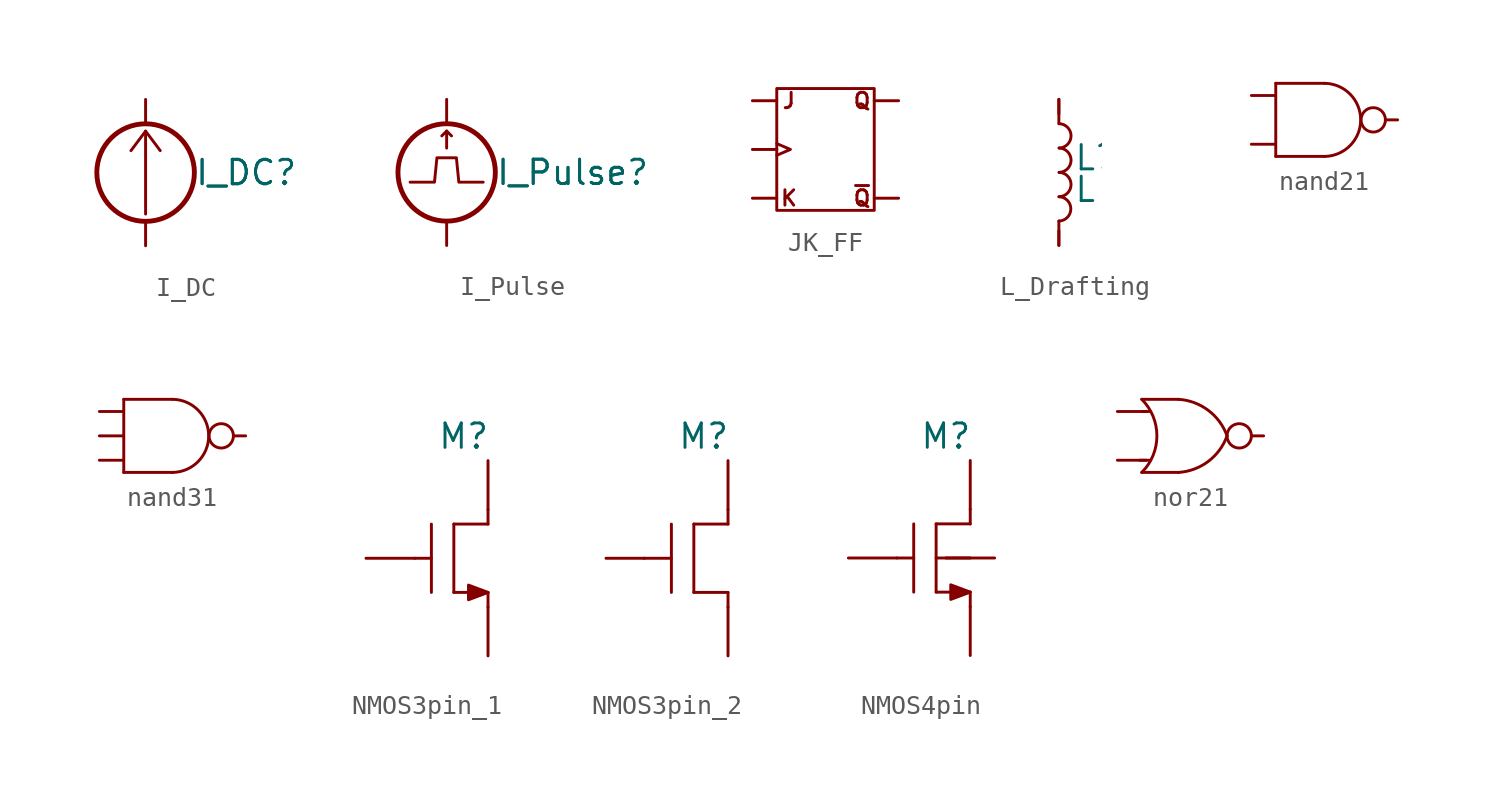
<source format=kicad_sym>
(kicad_symbol_lib
  (version 20220914)
  (generator kicad_symbol_editor)
  (symbol "I_DC"
    (pin_numbers hide)
    (pin_names hide)
    (property "Reference" "I_DC"
      (at 2.54 0 0)
      (effects (font (size 1.27 1.27)) (justify left)))
    (property "Value" "I_DC"
      (at 2.54 0 0)
      (effects (font (size 1.27 1.27)) (justify left)))
    (symbol "I_DC_0_1"
      (polyline (pts (xy 0 2.159) (xy 0 -2.159)) (stroke (width 0) (type default)) (fill (type none)))
      (polyline (pts (xy 0.762 1.143) (xy 0 2.159) (xy -0.762 1.143)) (stroke (width 0) (type default)) (fill (type none))))
    (symbol "I_DC_1_1"
      (circle (center 0 0) (radius 2.54) (stroke (width 0.254) (type default)) (fill (type none)))
      (pin passive line (at 0 3.81 270) (length 1.27) (name "~" (effects (font (size 1.27 1.27)))) (number "1" (effects (font (size 1.27 1.27)))))
      (pin passive line (at 0 -3.81 90) (length 1.27) (name "~" (effects (font (size 1.27 1.27)))) (number "2" (effects (font (size 1.27 1.27)))))))
  (symbol "I_Pulse"
    (pin_numbers hide)
    (pin_names hide)
    (property "Reference" "I_Pulse"
      (at 2.54 0 0)
      (effects (font (size 1.27 1.27)) (justify left)))
    (property "Value" "I_Pulse"
      (at 2.54 0 0)
      (effects (font (size 1.27 1.27)) (justify left)))
    (symbol "I_Pulse_0_1"
      (polyline (pts (xy 0 2.159) (xy 0.254 1.905)) (stroke (width 0) (type default)) (fill (type none)))
      (polyline (pts (xy 0 1.27) (xy 0 2.159) (xy -0.254 1.905)) (stroke (width 0) (type default)) (fill (type none)))
      (polyline (pts (xy -1.905 -0.508) (xy -0.635 -0.508) (xy -0.508 0.762) (xy 0.508 0.762) (xy 0.635 -0.508) (xy 1.905 -0.508)) (stroke (width 0) (type default)) (fill (type none))))
    (symbol "I_Pulse_1_1"
      (circle (center 0 0) (radius 2.54) (stroke (width 0.254) (type default)) (fill (type none)))
      (pin passive line (at 0 3.81 270) (length 1.27) (name "~" (effects (font (size 1.27 1.27)))) (number "1" (effects (font (size 1.27 1.27)))))
      (pin passive line (at 0 -3.81 90) (length 1.27) (name "~" (effects (font (size 1.27 1.27)))) (number "2" (effects (font (size 1.27 1.27)))))))
  (symbol "JK_FF"
    (pin_numbers hide)
    (pin_names
      (offset 0) hide)
    (property "Reference" "U"
      (at 0 5.08 0)
      (effects (font (size 1.27 1.27)) hide))
    (symbol "JK_FF_0_0"
      (polyline (pts (xy -2.54 0.305) (xy -1.829 0) (xy -2.54 -0.305)) (stroke (width 0) (type default)) (fill (type none)))
      (text "J" (at -1.905 2.54 0) (effects (font (size 0.8 0.8))))
      (text "K" (at -1.905 -2.54 0) (effects (font (size 0.8 0.8))))
      (text "Q" (at 1.905 2.54 0) (effects (font (size 0.8 0.8))))
      (text "~{Q}" (at 1.905 -2.54 0) (effects (font (size 0.8 0.8)))))
    (symbol "JK_FF_0_1"
      (rectangle (start -2.54 3.175) (end 2.54 -3.175) (stroke (width 0) (type default)) (fill (type none))))
    (symbol "JK_FF_1_1"
      (pin passive line (at -3.81 0 0) (length 1.27) (name "CLK" (effects (font (size 1.27 1.27)))) (number "1" (effects (font (size 1.27 1.27)))))
      (pin passive line (at -3.81 2.54 0) (length 1.27) (name "J" (effects (font (size 1.27 1.27)))) (number "1" (effects (font (size 1.27 1.27)))))
      (pin passive line (at -3.81 -2.54 0) (length 1.27) (name "K" (effects (font (size 1.27 1.27)))) (number "1" (effects (font (size 1.27 1.27)))))
      (pin passive line (at 3.81 2.54 180) (length 1.27) (name "Q" (effects (font (size 1.27 1.27)))) (number "1" (effects (font (size 1.27 1.27)))))
      (pin passive line (at 3.81 -2.54 180) (length 1.27) (name "~Q" (effects (font (size 1.27 1.27)))) (number "1" (effects (font (size 1.27 1.27)))))))
  (symbol "L_Drafting"
    (pin_numbers hide)
    (pin_names
      (offset 0.254) hide)
    (property "Reference" "L"
      (at 0.762 0.762 0)
      (effects (font (size 1.27 1.27)) (justify left)))
    (property "Value" "L"
      (at 0.762 -0.889 0)
      (effects (font (size 1.27 1.27)) (justify left)))
    (symbol "L_Drafting_0_1"
      (arc (start 0 -2.54) (mid 0.6238 -1.905) (end 0 -1.27) (stroke (width 0) (type default)) (fill (type none)))
      (polyline (pts (xy 0 -2.54) (xy 0 -3.81)) (stroke (width 0) (type default)) (fill (type none)))
      (polyline (pts (xy 0 2.54) (xy 0 3.81)) (stroke (width 0) (type default)) (fill (type none)))
      (arc (start 0.0113 -1.27) (mid 0.6351 -0.635) (end 0.0113 0) (stroke (width 0) (type default)) (fill (type none)))
      (arc (start 0.0113 0) (mid 0.6351 0.635) (end 0.0113 1.27) (stroke (width 0) (type default)) (fill (type none)))
      (arc (start 0.0113 1.27) (mid 0.6351 1.905) (end 0.0113 2.54) (stroke (width 0) (type default)) (fill (type none))))
    (symbol "L_Drafting_1_1"
      (pin passive line (at 0 3.81 270) (length 0.762) (name "~" (effects (font (size 1.27 1.27)))) (number "1" (effects (font (size 1.27 1.27)))))
      (pin passive line (at 0 -3.81 90) (length 0.762) (name "~" (effects (font (size 1.27 1.27)))) (number "2" (effects (font (size 1.27 1.27)))))))
  (symbol "nand21"
    (pin_numbers hide)
    (pin_names
      (offset 0) hide)
    (property "Reference" "U"
      (at 0 3.81 0)
      (effects (font (size 1.27 1.27)) hide))
    (symbol "nand21_0_1"
      (arc (start 0 -1.905) (mid 1.8857 0) (end 0 1.905) (stroke (width 0) (type default)) (fill (type none)))
      (polyline (pts (xy -2.54 -1.905) (xy 0 -1.905)) (stroke (width 0) (type default)) (fill (type none)))
      (polyline (pts (xy -2.54 1.905) (xy -2.54 -1.905)) (stroke (width 0) (type default)) (fill (type none)))
      (polyline (pts (xy -2.54 1.905) (xy 0 1.905)) (stroke (width 0) (type default)) (fill (type none)))
      (circle (center 2.54 0) (radius 0.635) (stroke (width 0) (type default)) (fill (type none))))
    (symbol "nand21_1_1"
      (pin passive line (at -3.81 1.27 0) (length 1.25) (name "A" (effects (font (size 1.27 1.27)))) (number "1" (effects (font (size 1.27 1.27)))))
      (pin passive line (at -3.81 -1.27 0) (length 1.25) (name "B" (effects (font (size 1.27 1.27)))) (number "1" (effects (font (size 1.27 1.27)))))
      (pin passive line (at 3.81 0 180) (length 0.63) (name "Y" (effects (font (size 1.27 1.27)))) (number "1" (effects (font (size 1.27 1.27)))))))
  (symbol "nand31"
    (pin_numbers hide)
    (pin_names
      (offset 0) hide)
    (property "Reference" "U"
      (at 0 3.81 0)
      (effects (font (size 1.27 1.27)) hide))
    (symbol "nand31_0_1"
      (arc (start 0 -1.905) (mid 1.8857 0) (end 0 1.905) (stroke (width 0) (type default)) (fill (type none)))
      (polyline (pts (xy -2.54 -1.905) (xy 0 -1.905)) (stroke (width 0) (type default)) (fill (type none)))
      (polyline (pts (xy -2.54 1.905) (xy -2.54 -1.905)) (stroke (width 0) (type default)) (fill (type none)))
      (polyline (pts (xy -2.54 1.905) (xy 0 1.905)) (stroke (width 0) (type default)) (fill (type none)))
      (circle (center 2.54 0) (radius 0.635) (stroke (width 0) (type default)) (fill (type none))))
    (symbol "nand31_1_1"
      (pin passive line (at -3.81 1.27 0) (length 1.25) (name "A" (effects (font (size 1.27 1.27)))) (number "1" (effects (font (size 1.27 1.27)))))
      (pin passive line (at -3.81 0 0) (length 1.25) (name "B" (effects (font (size 1.27 1.27)))) (number "1" (effects (font (size 1.27 1.27)))))
      (pin passive line (at -3.81 -1.27 0) (length 1.25) (name "C" (effects (font (size 1.27 1.27)))) (number "1" (effects (font (size 1.27 1.27)))))
      (pin passive line (at 3.81 0 180) (length 0.63) (name "Y" (effects (font (size 1.27 1.27)))) (number "1" (effects (font (size 1.27 1.27)))))))
  (symbol "NMOS3pin_1"
    (pin_numbers hide)
    (pin_names
      (offset 0) hide)
    (property "Reference" "M"
      (at -1.27 6.35 0)
      (effects (font (size 1.27 1.27))))
    (property "W" ""
      (at 0 0 0)
      (effects (font (size 1.27 1.27))))
    (property "L" ""
      (at 0 0 0)
      (effects (font (size 1.27 1.27))))
    (symbol "NMOS3pin_1_0_1"
      (polyline (pts (xy -3.81 0) (xy -2.946 0)) (stroke (width 0) (type default)) (fill (type none)))
      (polyline (pts (xy -2.946 1.778) (xy -2.946 -1.778)) (stroke (width 0) (type default)) (fill (type none)))
      (polyline (pts (xy -1.778 1.778) (xy -1.778 -1.778)) (stroke (width 0) (type default)) (fill (type none)))
      (polyline (pts (xy 0 -1.778) (xy -1.778 -1.778)) (stroke (width 0) (type default)) (fill (type none)))
      (polyline (pts (xy 0 -1.778) (xy 0 -2.54)) (stroke (width 0) (type default)) (fill (type none)))
      (polyline (pts (xy 0 1.778) (xy -1.778 1.778)) (stroke (width 0) (type default)) (fill (type none)))
      (polyline (pts (xy 0 1.778) (xy 0 2.54)) (stroke (width 0) (type default)) (fill (type none)))
      (polyline (pts (xy 0 -1.778) (xy -1.016 -2.159) (xy -1.016 -1.397) (xy 0 -1.778)) (stroke (width 0) (type default)) (fill (type outline))))
    (symbol "NMOS3pin_1_1_1"
      (pin passive line (at 0 5.08 270) (length 2.54) (name "D" (effects (font (size 1.27 1.27)))) (number "1" (effects (font (size 1.27 1.27)))))
      (pin passive line (at -6.35 0 0) (length 2.54) (name "G" (effects (font (size 1.27 1.27)))) (number "1" (effects (font (size 1.27 1.27)))))
      (pin passive line (at 0 -5.08 90) (length 2.54) (name "S" (effects (font (size 1.27 1.27)))) (number "1" (effects (font (size 1.27 1.27)))))))
  (symbol "NMOS3pin_2"
    (pin_numbers hide)
    (pin_names
      (offset 0) hide)
    (property "Reference" "M"
      (at -1.27 6.35 0)
      (effects (font (size 1.27 1.27))))
    (property "W" ""
      (at 0 0 0)
      (effects (font (size 1.27 1.27))))
    (property "L" ""
      (at 0 0 0)
      (effects (font (size 1.27 1.27))))
    (symbol "NMOS3pin_2_0_1"
      (polyline (pts (xy -2.946 0) (xy -4.369 0)) (stroke (width 0) (type default)) (fill (type none)))
      (polyline (pts (xy -2.946 1.778) (xy -2.946 -1.778)) (stroke (width 0) (type default)) (fill (type none)))
      (polyline (pts (xy -1.778 1.778) (xy -1.778 -1.778)) (stroke (width 0) (type default)) (fill (type none)))
      (polyline (pts (xy 0 -1.778) (xy -1.778 -1.778)) (stroke (width 0) (type default)) (fill (type none)))
      (polyline (pts (xy 0 -1.778) (xy 0 -2.54)) (stroke (width 0) (type default)) (fill (type none)))
      (polyline (pts (xy 0 1.778) (xy -1.778 1.778)) (stroke (width 0) (type default)) (fill (type none)))
      (polyline (pts (xy 0 1.778) (xy 0 2.54)) (stroke (width 0) (type default)) (fill (type none))))
    (symbol "NMOS3pin_2_1_1"
      (pin passive line (at 0 5.08 270) (length 2.54) (name "D" (effects (font (size 1.27 1.27)))) (number "1" (effects (font (size 1.27 1.27)))))
      (pin passive line (at -6.35 0 0) (length 2) (name "G" (effects (font (size 1.27 1.27)))) (number "1" (effects (font (size 1.27 1.27)))))
      (pin passive line (at 0 -5.08 90) (length 2.54) (name "S" (effects (font (size 1.27 1.27)))) (number "1" (effects (font (size 1.27 1.27)))))))
  (symbol "NMOS4pin"
    (pin_numbers hide)
    (pin_names
      (offset 0) hide)
    (property "Reference" "M"
      (at -1.27 6.35 0)
      (effects (font (size 1.27 1.27))))
    (property "W" ""
      (at 0 0 0)
      (effects (font (size 1.27 1.27))))
    (property "L" ""
      (at 0 0 0)
      (effects (font (size 1.27 1.27))))
    (symbol "NMOS4pin_0_1"
      (polyline (pts (xy -3.81 0) (xy -2.946 0)) (stroke (width 0) (type default)) (fill (type none)))
      (polyline (pts (xy -2.946 1.778) (xy -2.946 -1.778)) (stroke (width 0) (type default)) (fill (type none)))
      (polyline (pts (xy -1.778 1.778) (xy -1.778 -1.778)) (stroke (width 0) (type default)) (fill (type none)))
      (polyline (pts (xy 0 -1.778) (xy -1.778 -1.778)) (stroke (width 0) (type default)) (fill (type none)))
      (polyline (pts (xy 0 -1.778) (xy 0 -2.54)) (stroke (width 0) (type default)) (fill (type none)))
      (polyline (pts (xy 0 0) (xy -1.778 0)) (stroke (width 0) (type default)) (fill (type none)))
      (polyline (pts (xy 0 1.778) (xy -1.778 1.778)) (stroke (width 0) (type default)) (fill (type none)))
      (polyline (pts (xy 0 1.778) (xy 0 2.54)) (stroke (width 0) (type default)) (fill (type none)))
      (polyline (pts (xy 0 -1.778) (xy -1.016 -2.159) (xy -1.016 -1.397) (xy 0 -1.778)) (stroke (width 0) (type default)) (fill (type outline))))
    (symbol "NMOS4pin_1_1"
      (pin passive line (at 1.27 0 180) (length 2.54) (name "B" (effects (font (size 1.27 1.27)))) (number "1" (effects (font (size 1.27 1.27)))))
      (pin passive line (at 0 5.08 270) (length 2.54) (name "D" (effects (font (size 1.27 1.27)))) (number "1" (effects (font (size 1.27 1.27)))))
      (pin passive line (at -6.35 0 0) (length 2.54) (name "G" (effects (font (size 1.27 1.27)))) (number "1" (effects (font (size 1.27 1.27)))))
      (pin passive line (at 0 -5.08 90) (length 2.54) (name "S" (effects (font (size 1.27 1.27)))) (number "1" (effects (font (size 1.27 1.27)))))))
  (symbol "nor21"
    (pin_numbers hide)
    (pin_names
      (offset 0) hide)
    (property "Reference" "U"
      (at 0 3.81 0)
      (effects (font (size 1.27 1.27)) hide))
    (symbol "nor21_0_1"
      (arc (start -2.54 -1.905) (mid -1.7509 0) (end -2.54 1.905) (stroke (width 0) (type default)) (fill (type none)))
      (arc (start -0.635 -1.905) (mid 0.9209 -1.3337) (end 1.905 0) (stroke (width 0) (type default)) (fill (type none)))
      (polyline (pts (xy -2.54 -1.905) (xy -0.635 -1.905)) (stroke (width 0) (type default)) (fill (type none)))
      (polyline (pts (xy -2.54 1.905) (xy -0.635 1.905)) (stroke (width 0) (type default)) (fill (type none)))
      (polyline (pts (xy -2.083 -1.27) (xy -2.642 -1.27)) (stroke (width 0) (type default)) (fill (type none)))
      (polyline (pts (xy -2.083 1.27) (xy -2.54 1.27)) (stroke (width 0) (type default)) (fill (type none)))
      (arc (start 1.905 0) (mid 0.9207 1.3335) (end -0.635 1.905) (stroke (width 0) (type default)) (fill (type none)))
      (circle (center 2.54 0) (radius 0.635) (stroke (width 0) (type default)) (fill (type none))))
    (symbol "nor21_1_1"
      (pin passive line (at -3.81 1.27 0) (length 1.5) (name "A" (effects (font (size 1.27 1.27)))) (number "1" (effects (font (size 1.27 1.27)))))
      (pin passive line (at -3.81 -1.27 0) (length 1.5) (name "B" (effects (font (size 1.27 1.27)))) (number "1" (effects (font (size 1.27 1.27)))))
      (pin passive line (at 3.81 0 180) (length 0.63) (name "Y" (effects (font (size 1.27 1.27)))) (number "1" (effects (font (size 1.27 1.27))))))))
</source>
